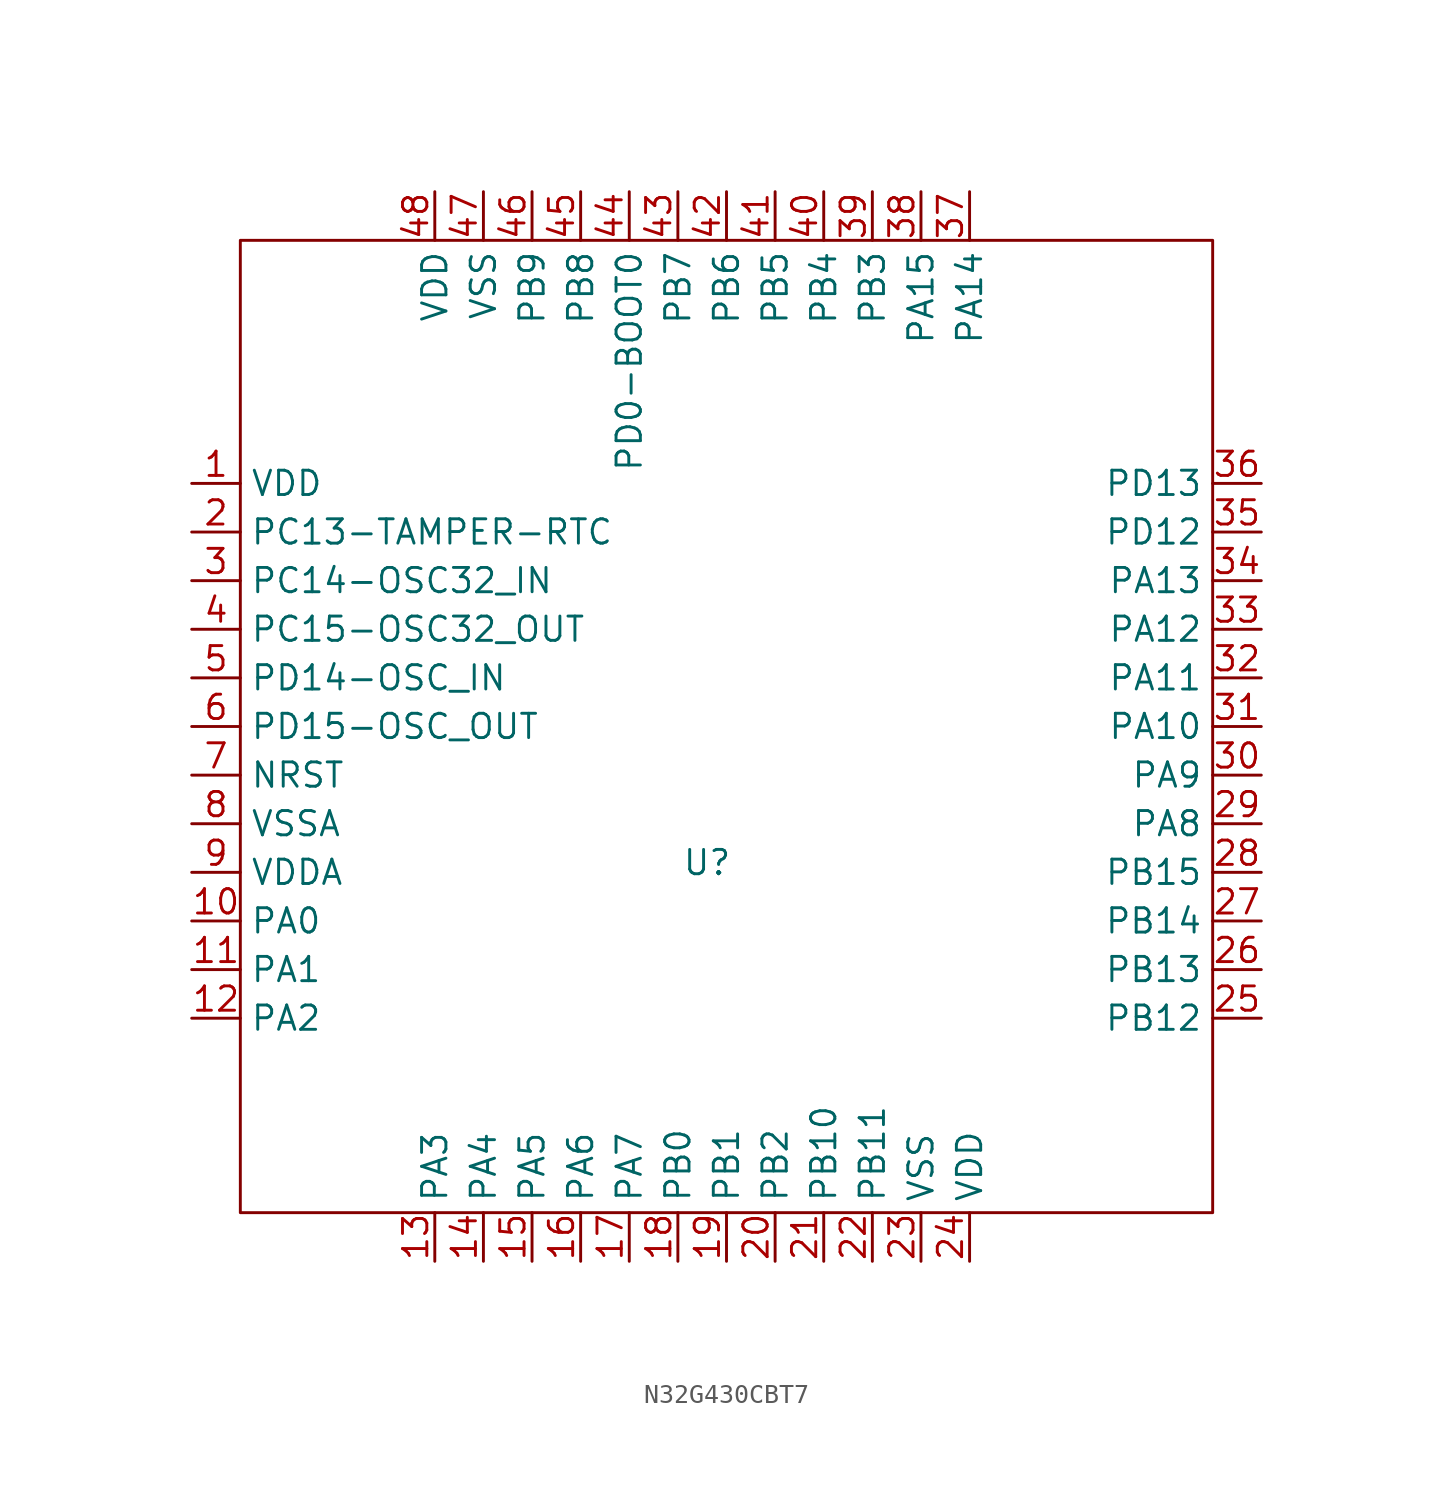
<source format=kicad_sym>
(kicad_symbol_lib
  (version 20241209)
  (generator "kicad_symbol_editor")
  (generator_version "9.0")
  (symbol "N32G430CBT7"
    (property "Reference" "U"
      (at 24.384 -32.512 0)
      (effects (font (size 1.27 1.27))))
    (property "Value" ""
      (at 0 0 0)
      (effects (font (size 1.27 1.27))))
    (symbol "N32G430CBT7_0_1"
      (rectangle (start 0 0) (end 50.8 -50.8) (stroke (width 0) (type default)) (fill (type none))))
    (symbol "N32G430CBT7_1_1"
      (pin input line (at -2.54 -12.7 0) (length 2.54) (name "VDD" (effects (font (size 1.27 1.27)))) (number "1" (effects (font (size 1.27 1.27)))))
      (pin input line (at -2.54 -15.24 0) (length 2.54) (name "PC13-TAMPER-RTC" (effects (font (size 1.27 1.27)))) (number "2" (effects (font (size 1.27 1.27)))))
      (pin input line (at -2.54 -17.78 0) (length 2.54) (name "PC14-OSC32_IN" (effects (font (size 1.27 1.27)))) (number "3" (effects (font (size 1.27 1.27)))))
      (pin input line (at -2.54 -20.32 0) (length 2.54) (name "PC15-OSC32_OUT" (effects (font (size 1.27 1.27)))) (number "4" (effects (font (size 1.27 1.27)))))
      (pin input line (at -2.54 -22.86 0) (length 2.54) (name "PD14-OSC_IN" (effects (font (size 1.27 1.27)))) (number "5" (effects (font (size 1.27 1.27)))))
      (pin input line (at -2.54 -25.4 0) (length 2.54) (name "PD15-OSC_OUT" (effects (font (size 1.27 1.27)))) (number "6" (effects (font (size 1.27 1.27)))))
      (pin input line (at -2.54 -27.94 0) (length 2.54) (name "NRST" (effects (font (size 1.27 1.27)))) (number "7" (effects (font (size 1.27 1.27)))))
      (pin input line (at -2.54 -30.48 0) (length 2.54) (name "VSSA" (effects (font (size 1.27 1.27)))) (number "8" (effects (font (size 1.27 1.27)))))
      (pin input line (at -2.54 -33.02 0) (length 2.54) (name "VDDA" (effects (font (size 1.27 1.27)))) (number "9" (effects (font (size 1.27 1.27)))))
      (pin input line (at -2.54 -35.56 0) (length 2.54) (name "PA0" (effects (font (size 1.27 1.27)))) (number "10" (effects (font (size 1.27 1.27)))))
      (pin input line (at -2.54 -38.1 0) (length 2.54) (name "PA1" (effects (font (size 1.27 1.27)))) (number "11" (effects (font (size 1.27 1.27)))))
      (pin input line (at -2.54 -40.64 0) (length 2.54) (name "PA2" (effects (font (size 1.27 1.27)))) (number "12" (effects (font (size 1.27 1.27)))))
      (pin input line (at 10.16 2.54 270) (length 2.54) (name "VDD" (effects (font (size 1.27 1.27)))) (number "48" (effects (font (size 1.27 1.27)))))
      (pin input line (at 10.16 -53.34 90) (length 2.54) (name "PA3" (effects (font (size 1.27 1.27)))) (number "13" (effects (font (size 1.27 1.27)))))
      (pin input line (at 12.7 2.54 270) (length 2.54) (name "VSS" (effects (font (size 1.27 1.27)))) (number "47" (effects (font (size 1.27 1.27)))))
      (pin input line (at 12.7 -53.34 90) (length 2.54) (name "PA4" (effects (font (size 1.27 1.27)))) (number "14" (effects (font (size 1.27 1.27)))))
      (pin input line (at 15.24 2.54 270) (length 2.54) (name "PB9" (effects (font (size 1.27 1.27)))) (number "46" (effects (font (size 1.27 1.27)))))
      (pin input line (at 15.24 -53.34 90) (length 2.54) (name "PA5" (effects (font (size 1.27 1.27)))) (number "15" (effects (font (size 1.27 1.27)))))
      (pin input line (at 17.78 2.54 270) (length 2.54) (name "PB8" (effects (font (size 1.27 1.27)))) (number "45" (effects (font (size 1.27 1.27)))))
      (pin input line (at 17.78 -53.34 90) (length 2.54) (name "PA6" (effects (font (size 1.27 1.27)))) (number "16" (effects (font (size 1.27 1.27)))))
      (pin input line (at 20.32 2.54 270) (length 2.54) (name "PD0-BOOT0" (effects (font (size 1.27 1.27)))) (number "44" (effects (font (size 1.27 1.27)))))
      (pin input line (at 20.32 -53.34 90) (length 2.54) (name "PA7" (effects (font (size 1.27 1.27)))) (number "17" (effects (font (size 1.27 1.27)))))
      (pin input line (at 22.86 2.54 270) (length 2.54) (name "PB7" (effects (font (size 1.27 1.27)))) (number "43" (effects (font (size 1.27 1.27)))))
      (pin input line (at 22.86 -53.34 90) (length 2.54) (name "PB0" (effects (font (size 1.27 1.27)))) (number "18" (effects (font (size 1.27 1.27)))))
      (pin input line (at 25.4 2.54 270) (length 2.54) (name "PB6" (effects (font (size 1.27 1.27)))) (number "42" (effects (font (size 1.27 1.27)))))
      (pin input line (at 25.4 -53.34 90) (length 2.54) (name "PB1" (effects (font (size 1.27 1.27)))) (number "19" (effects (font (size 1.27 1.27)))))
      (pin input line (at 27.94 2.54 270) (length 2.54) (name "PB5" (effects (font (size 1.27 1.27)))) (number "41" (effects (font (size 1.27 1.27)))))
      (pin input line (at 27.94 -53.34 90) (length 2.54) (name "PB2" (effects (font (size 1.27 1.27)))) (number "20" (effects (font (size 1.27 1.27)))))
      (pin input line (at 30.48 2.54 270) (length 2.54) (name "PB4" (effects (font (size 1.27 1.27)))) (number "40" (effects (font (size 1.27 1.27)))))
      (pin input line (at 30.48 -53.34 90) (length 2.54) (name "PB10" (effects (font (size 1.27 1.27)))) (number "21" (effects (font (size 1.27 1.27)))))
      (pin input line (at 33.02 2.54 270) (length 2.54) (name "PB3" (effects (font (size 1.27 1.27)))) (number "39" (effects (font (size 1.27 1.27)))))
      (pin input line (at 33.02 -53.34 90) (length 2.54) (name "PB11" (effects (font (size 1.27 1.27)))) (number "22" (effects (font (size 1.27 1.27)))))
      (pin input line (at 35.56 2.54 270) (length 2.54) (name "PA15" (effects (font (size 1.27 1.27)))) (number "38" (effects (font (size 1.27 1.27)))))
      (pin input line (at 35.56 -53.34 90) (length 2.54) (name "VSS" (effects (font (size 1.27 1.27)))) (number "23" (effects (font (size 1.27 1.27)))))
      (pin input line (at 38.1 2.54 270) (length 2.54) (name "PA14" (effects (font (size 1.27 1.27)))) (number "37" (effects (font (size 1.27 1.27)))))
      (pin input line (at 38.1 -53.34 90) (length 2.54) (name "VDD" (effects (font (size 1.27 1.27)))) (number "24" (effects (font (size 1.27 1.27)))))
      (pin input line (at 53.34 -12.7 180) (length 2.54) (name "PD13" (effects (font (size 1.27 1.27)))) (number "36" (effects (font (size 1.27 1.27)))))
      (pin input line (at 53.34 -15.24 180) (length 2.54) (name "PD12" (effects (font (size 1.27 1.27)))) (number "35" (effects (font (size 1.27 1.27)))))
      (pin input line (at 53.34 -17.78 180) (length 2.54) (name "PA13" (effects (font (size 1.27 1.27)))) (number "34" (effects (font (size 1.27 1.27)))))
      (pin input line (at 53.34 -20.32 180) (length 2.54) (name "PA12" (effects (font (size 1.27 1.27)))) (number "33" (effects (font (size 1.27 1.27)))))
      (pin input line (at 53.34 -22.86 180) (length 2.54) (name "PA11" (effects (font (size 1.27 1.27)))) (number "32" (effects (font (size 1.27 1.27)))))
      (pin input line (at 53.34 -25.4 180) (length 2.54) (name "PA10" (effects (font (size 1.27 1.27)))) (number "31" (effects (font (size 1.27 1.27)))))
      (pin input line (at 53.34 -27.94 180) (length 2.54) (name "PA9" (effects (font (size 1.27 1.27)))) (number "30" (effects (font (size 1.27 1.27)))))
      (pin input line (at 53.34 -30.48 180) (length 2.54) (name "PA8" (effects (font (size 1.27 1.27)))) (number "29" (effects (font (size 1.27 1.27)))))
      (pin input line (at 53.34 -33.02 180) (length 2.54) (name "PB15" (effects (font (size 1.27 1.27)))) (number "28" (effects (font (size 1.27 1.27)))))
      (pin input line (at 53.34 -35.56 180) (length 2.54) (name "PB14" (effects (font (size 1.27 1.27)))) (number "27" (effects (font (size 1.27 1.27)))))
      (pin input line (at 53.34 -38.1 180) (length 2.54) (name "PB13" (effects (font (size 1.27 1.27)))) (number "26" (effects (font (size 1.27 1.27)))))
      (pin input line (at 53.34 -40.64 180) (length 2.54) (name "PB12" (effects (font (size 1.27 1.27)))) (number "25" (effects (font (size 1.27 1.27))))))))
</source>
